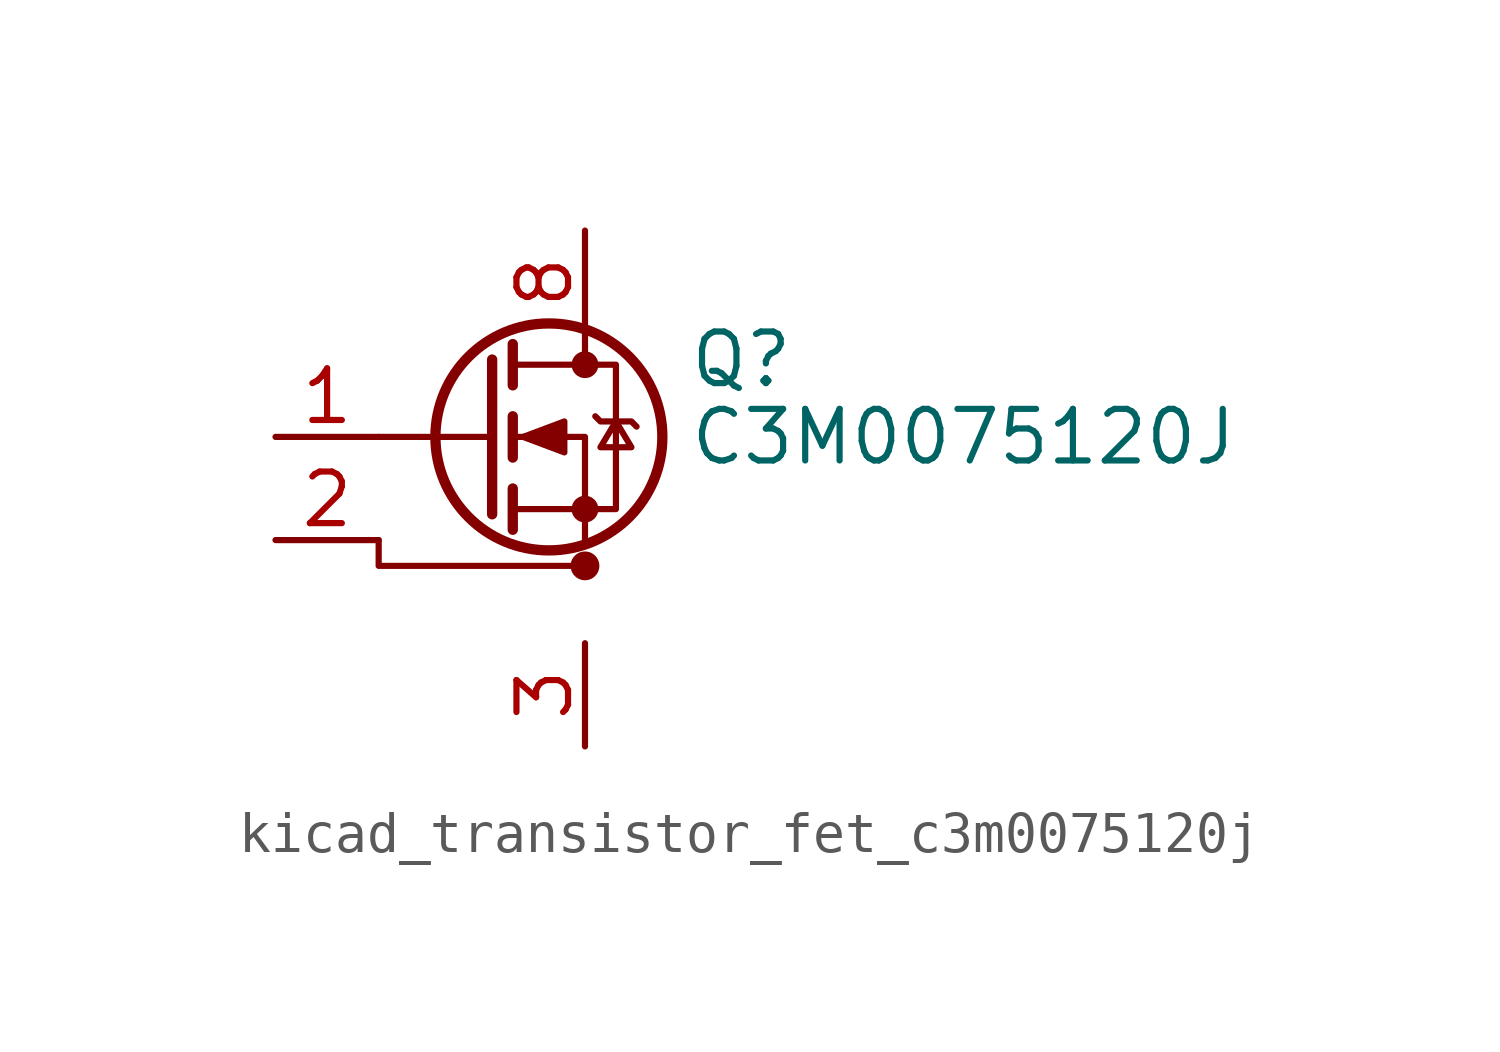
<source format=kicad_sym>
(kicad_symbol_lib
  (version 20220914)
  (generator kicad_symbol_editor)
  (symbol "kicad_transistor_fet_c3m0075120j"
    (pin_names hide)
    (property "Reference" "Q"
      (at 5.08 1.905 0)
      (effects (font (size 1.27 1.27)) (justify left)))
    (property "Value" "C3M0075120J"
      (at 5.08 0 0)
      (effects (font (size 1.27 1.27)) (justify left)))
    (symbol "kicad_transistor_fet_c3m0075120j_0_1"
      (polyline (pts (xy 0.254 0) (xy -2.54 0)) (stroke (width 0) (type default)) (fill (type none)))
      (polyline (pts (xy 0.254 1.905) (xy 0.254 -1.905)) (stroke (width 0.254) (type default)) (fill (type none)))
      (polyline (pts (xy 0.762 -1.27) (xy 0.762 -2.286)) (stroke (width 0.254) (type default)) (fill (type none)))
      (polyline (pts (xy 0.762 0.508) (xy 0.762 -0.508)) (stroke (width 0.254) (type default)) (fill (type none)))
      (polyline (pts (xy 0.762 2.286) (xy 0.762 1.27)) (stroke (width 0.254) (type default)) (fill (type none)))
      (polyline (pts (xy 2.54 2.54) (xy 2.54 1.778)) (stroke (width 0) (type default)) (fill (type none)))
      (polyline (pts (xy -2.54 -2.54) (xy -2.54 -3.175) (xy 2.54 -3.175)) (stroke (width 0) (type default)) (fill (type none)))
      (polyline (pts (xy 2.54 -2.54) (xy 2.54 0) (xy 0.762 0)) (stroke (width 0) (type default)) (fill (type none)))
      (polyline (pts (xy 0.762 -1.778) (xy 3.302 -1.778) (xy 3.302 1.778) (xy 0.762 1.778)) (stroke (width 0) (type default)) (fill (type none)))
      (polyline (pts (xy 1.016 0) (xy 2.032 0.381) (xy 2.032 -0.381) (xy 1.016 0)) (stroke (width 0) (type default)) (fill (type outline)))
      (polyline (pts (xy 2.794 0.508) (xy 2.921 0.381) (xy 3.683 0.381) (xy 3.81 0.254)) (stroke (width 0) (type default)) (fill (type none)))
      (polyline (pts (xy 3.302 0.381) (xy 2.921 -0.254) (xy 3.683 -0.254) (xy 3.302 0.381)) (stroke (width 0) (type default)) (fill (type none)))
      (circle (center 1.651 0) (radius 2.794) (stroke (width 0.254) (type default)) (fill (type none)))
      (circle (center 2.54 -3.175) (radius 0.279) (stroke (width 0) (type default)) (fill (type outline)))
      (circle (center 2.54 -1.778) (radius 0.254) (stroke (width 0) (type default)) (fill (type outline)))
      (circle (center 2.54 1.778) (radius 0.254) (stroke (width 0) (type default)) (fill (type outline))))
    (symbol "kicad_transistor_fet_c3m0075120j_1_1"
      (pin input line (at -5.08 0 0) (length 2.54) (name "G" (effects (font (size 1.27 1.27)))) (number "1" (effects (font (size 1.27 1.27)))))
      (pin passive line (at -5.08 -2.54 0) (length 2.54) (name "DS" (effects (font (size 1.27 1.27)))) (number "2" (effects (font (size 1.27 1.27)))))
      (pin passive line (at 2.54 -5.08 270) (length 2.54) (name "S" (effects (font (size 1.27 1.27)))) (number "3" (effects (font (size 1.27 1.27)))))
      (pin passive line (at 2.54 -5.08 270) (length 2.54) hide (name "S" (effects (font (size 1.27 1.27)))) (number "4" (effects (font (size 1.27 1.27)))))
      (pin passive line (at 2.54 -5.08 90) (length 2.54) hide (name "S" (effects (font (size 1.27 1.27)))) (number "5" (effects (font (size 1.27 1.27)))))
      (pin passive line (at 2.54 -5.08 90) (length 2.54) hide (name "S" (effects (font (size 1.27 1.27)))) (number "6" (effects (font (size 1.27 1.27)))))
      (pin passive line (at 2.54 -5.08 90) (length 2.54) hide (name "S" (effects (font (size 1.27 1.27)))) (number "7" (effects (font (size 1.27 1.27)))))
      (pin passive line (at 2.54 5.08 270) (length 2.54) (name "D" (effects (font (size 1.27 1.27)))) (number "8" (effects (font (size 1.27 1.27))))))))
</source>
